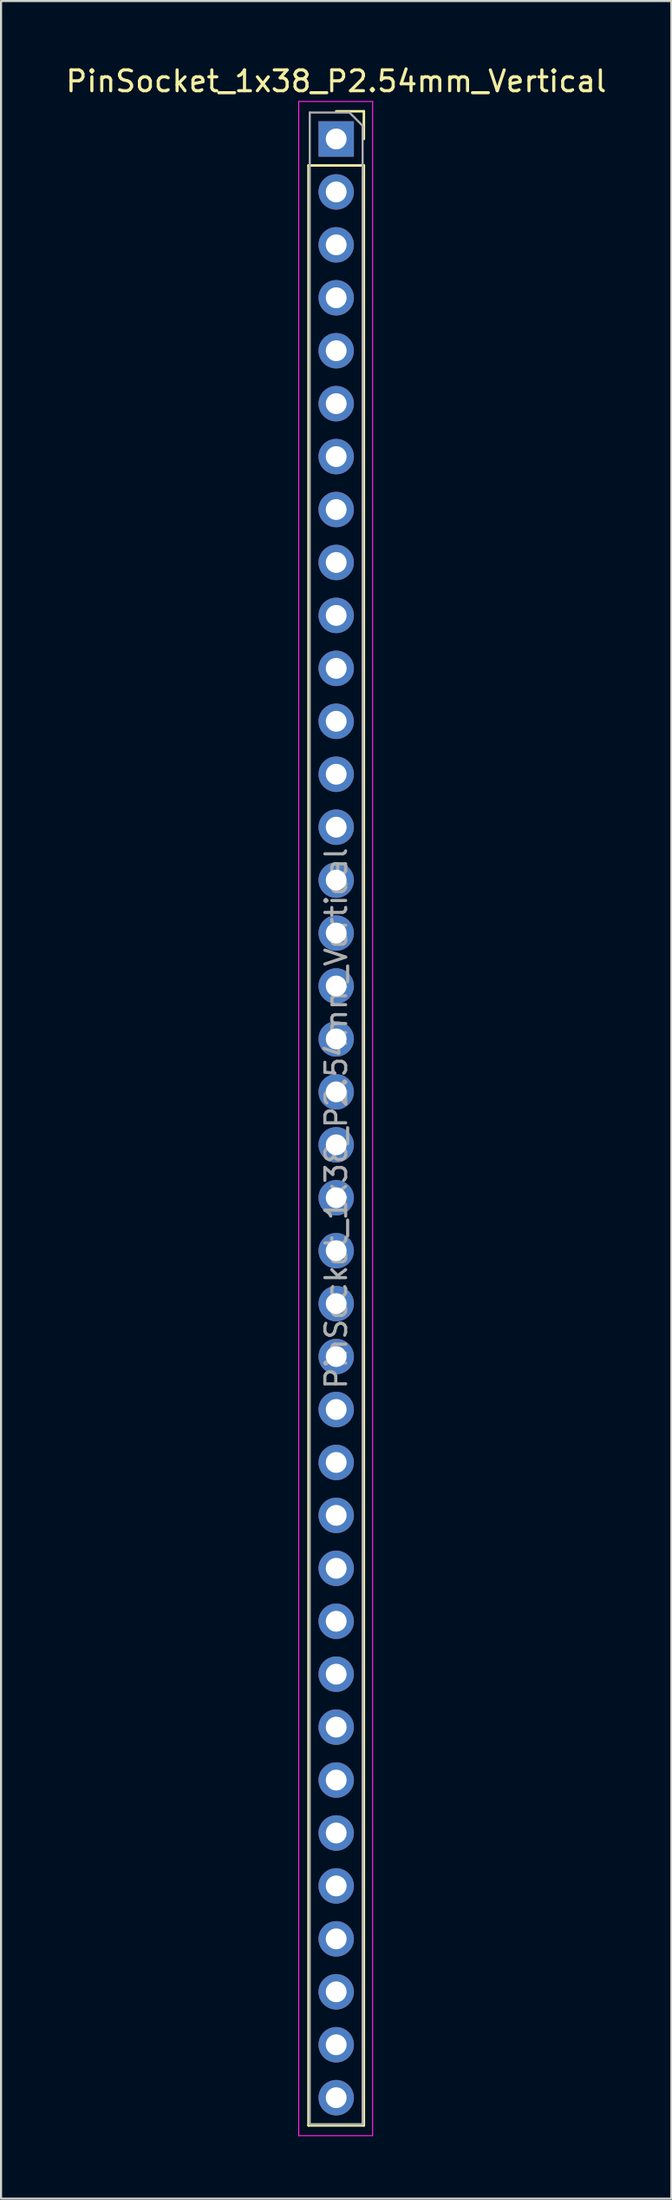
<source format=kicad_pcb>
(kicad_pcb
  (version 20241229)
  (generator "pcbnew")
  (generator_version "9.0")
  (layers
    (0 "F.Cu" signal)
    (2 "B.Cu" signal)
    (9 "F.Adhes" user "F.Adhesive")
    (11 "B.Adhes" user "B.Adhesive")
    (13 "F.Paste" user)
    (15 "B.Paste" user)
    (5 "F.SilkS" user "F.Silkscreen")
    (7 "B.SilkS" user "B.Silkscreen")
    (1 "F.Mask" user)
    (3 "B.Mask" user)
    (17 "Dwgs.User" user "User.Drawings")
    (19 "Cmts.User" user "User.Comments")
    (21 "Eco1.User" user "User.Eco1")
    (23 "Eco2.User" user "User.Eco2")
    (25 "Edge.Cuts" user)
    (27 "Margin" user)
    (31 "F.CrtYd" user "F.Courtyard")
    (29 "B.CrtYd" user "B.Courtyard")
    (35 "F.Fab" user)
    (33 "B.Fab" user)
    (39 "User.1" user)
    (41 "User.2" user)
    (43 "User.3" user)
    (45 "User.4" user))
  (footprint "PinSocket_1x38_P2.54mm_Vertical"
    (layer "F.Cu")
    (at 13.101 3.618)
    (property "Reference" "PinSocket_1x38_P2.54mm_Vertical" (at 0 -2.77 0) (layer "F.SilkS") (effects (font (size 1 1) (thickness 0.15))))
    (attr through_hole)
    (fp_line (start -1.33 1.27) (end -1.33 95.31) (stroke (width 0.12) (type solid)) (layer "F.SilkS"))
    (fp_line (start -1.33 1.27) (end 1.33 1.27) (stroke (width 0.12) (type solid)) (layer "F.SilkS"))
    (fp_line (start -1.33 95.31) (end 1.33 95.31) (stroke (width 0.12) (type solid)) (layer "F.SilkS"))
    (fp_line (start 0 -1.33) (end 1.33 -1.33) (stroke (width 0.12) (type solid)) (layer "F.SilkS"))
    (fp_line (start 1.33 -1.33) (end 1.33 0) (stroke (width 0.12) (type solid)) (layer "F.SilkS"))
    (fp_line (start 1.33 1.27) (end 1.33 95.31) (stroke (width 0.12) (type solid)) (layer "F.SilkS"))
    (fp_line (start -1.8 -1.8) (end 1.75 -1.8) (stroke (width 0.05) (type solid)) (layer "F.CrtYd"))
    (fp_line (start -1.8 95.8) (end -1.8 -1.8) (stroke (width 0.05) (type solid)) (layer "F.CrtYd"))
    (fp_line (start 1.75 -1.8) (end 1.75 95.8) (stroke (width 0.05) (type solid)) (layer "F.CrtYd"))
    (fp_line (start 1.75 95.8) (end -1.8 95.8) (stroke (width 0.05) (type solid)) (layer "F.CrtYd"))
    (fp_line (start -1.27 -1.27) (end 0.635 -1.27) (stroke (width 0.1) (type solid)) (layer "F.Fab"))
    (fp_line (start -1.27 95.25) (end -1.27 -1.27) (stroke (width 0.1) (type solid)) (layer "F.Fab"))
    (fp_line (start 0.635 -1.27) (end 1.27 -0.635) (stroke (width 0.1) (type solid)) (layer "F.Fab"))
    (fp_line (start 1.27 -0.635) (end 1.27 95.25) (stroke (width 0.1) (type solid)) (layer "F.Fab"))
    (fp_line (start 1.27 95.25) (end -1.27 95.25) (stroke (width 0.1) (type solid)) (layer "F.Fab"))
    (fp_text user "${REFERENCE}" (at 0 46.99 90) (layer "F.Fab") (effects (font (size 1 1) (thickness 0.15))))
    (pad "1" thru_hole rect (at 0 0) (size 1.7 1.7) (drill 1) (layers "*.Cu" "*.Mask"))
    (pad "2" thru_hole oval (at 0 2.54) (size 1.7 1.7) (drill 1) (layers "*.Cu" "*.Mask"))
    (pad "3" thru_hole oval (at 0 5.08) (size 1.7 1.7) (drill 1) (layers "*.Cu" "*.Mask"))
    (pad "4" thru_hole oval (at 0 7.62) (size 1.7 1.7) (drill 1) (layers "*.Cu" "*.Mask"))
    (pad "5" thru_hole oval (at 0 10.16) (size 1.7 1.7) (drill 1) (layers "*.Cu" "*.Mask"))
    (pad "6" thru_hole oval (at 0 12.7) (size 1.7 1.7) (drill 1) (layers "*.Cu" "*.Mask"))
    (pad "7" thru_hole oval (at 0 15.24) (size 1.7 1.7) (drill 1) (layers "*.Cu" "*.Mask"))
    (pad "8" thru_hole oval (at 0 17.78) (size 1.7 1.7) (drill 1) (layers "*.Cu" "*.Mask"))
    (pad "9" thru_hole oval (at 0 20.32) (size 1.7 1.7) (drill 1) (layers "*.Cu" "*.Mask"))
    (pad "10" thru_hole oval (at 0 22.86) (size 1.7 1.7) (drill 1) (layers "*.Cu" "*.Mask"))
    (pad "11" thru_hole oval (at 0 25.4) (size 1.7 1.7) (drill 1) (layers "*.Cu" "*.Mask"))
    (pad "12" thru_hole oval (at 0 27.94) (size 1.7 1.7) (drill 1) (layers "*.Cu" "*.Mask"))
    (pad "13" thru_hole oval (at 0 30.48) (size 1.7 1.7) (drill 1) (layers "*.Cu" "*.Mask"))
    (pad "14" thru_hole oval (at 0 33.02) (size 1.7 1.7) (drill 1) (layers "*.Cu" "*.Mask"))
    (pad "15" thru_hole oval (at 0 35.56) (size 1.7 1.7) (drill 1) (layers "*.Cu" "*.Mask"))
    (pad "16" thru_hole oval (at 0 38.1) (size 1.7 1.7) (drill 1) (layers "*.Cu" "*.Mask"))
    (pad "17" thru_hole oval (at 0 40.64) (size 1.7 1.7) (drill 1) (layers "*.Cu" "*.Mask"))
    (pad "18" thru_hole oval (at 0 43.18) (size 1.7 1.7) (drill 1) (layers "*.Cu" "*.Mask"))
    (pad "19" thru_hole oval (at 0 45.72) (size 1.7 1.7) (drill 1) (layers "*.Cu" "*.Mask"))
    (pad "20" thru_hole oval (at 0 48.26) (size 1.7 1.7) (drill 1) (layers "*.Cu" "*.Mask"))
    (pad "21" thru_hole oval (at 0 50.8) (size 1.7 1.7) (drill 1) (layers "*.Cu" "*.Mask"))
    (pad "22" thru_hole oval (at 0 53.34) (size 1.7 1.7) (drill 1) (layers "*.Cu" "*.Mask"))
    (pad "23" thru_hole oval (at 0 55.88) (size 1.7 1.7) (drill 1) (layers "*.Cu" "*.Mask"))
    (pad "24" thru_hole oval (at 0 58.42) (size 1.7 1.7) (drill 1) (layers "*.Cu" "*.Mask"))
    (pad "25" thru_hole oval (at 0 60.96) (size 1.7 1.7) (drill 1) (layers "*.Cu" "*.Mask"))
    (pad "26" thru_hole oval (at 0 63.5) (size 1.7 1.7) (drill 1) (layers "*.Cu" "*.Mask"))
    (pad "27" thru_hole oval (at 0 66.04) (size 1.7 1.7) (drill 1) (layers "*.Cu" "*.Mask"))
    (pad "28" thru_hole oval (at 0 68.58) (size 1.7 1.7) (drill 1) (layers "*.Cu" "*.Mask"))
    (pad "29" thru_hole oval (at 0 71.12) (size 1.7 1.7) (drill 1) (layers "*.Cu" "*.Mask"))
    (pad "30" thru_hole oval (at 0 73.66) (size 1.7 1.7) (drill 1) (layers "*.Cu" "*.Mask"))
    (pad "31" thru_hole oval (at 0 76.2) (size 1.7 1.7) (drill 1) (layers "*.Cu" "*.Mask"))
    (pad "32" thru_hole oval (at 0 78.74) (size 1.7 1.7) (drill 1) (layers "*.Cu" "*.Mask"))
    (pad "33" thru_hole oval (at 0 81.28) (size 1.7 1.7) (drill 1) (layers "*.Cu" "*.Mask"))
    (pad "34" thru_hole oval (at 0 83.82) (size 1.7 1.7) (drill 1) (layers "*.Cu" "*.Mask"))
    (pad "35" thru_hole oval (at 0 86.36) (size 1.7 1.7) (drill 1) (layers "*.Cu" "*.Mask"))
    (pad "36" thru_hole oval (at 0 88.9) (size 1.7 1.7) (drill 1) (layers "*.Cu" "*.Mask"))
    (pad "37" thru_hole oval (at 0 91.44) (size 1.7 1.7) (drill 1) (layers "*.Cu" "*.Mask"))
    (pad "38" thru_hole oval (at 0 93.98) (size 1.7 1.7) (drill 1) (layers "*.Cu" "*.Mask")))
  (gr_rect
    (start -3 -3)
    (end 29.202 102.443)
    (stroke (width 0.1) (type default))
    (fill no)
    (layer "Edge.Cuts")))
</source>
